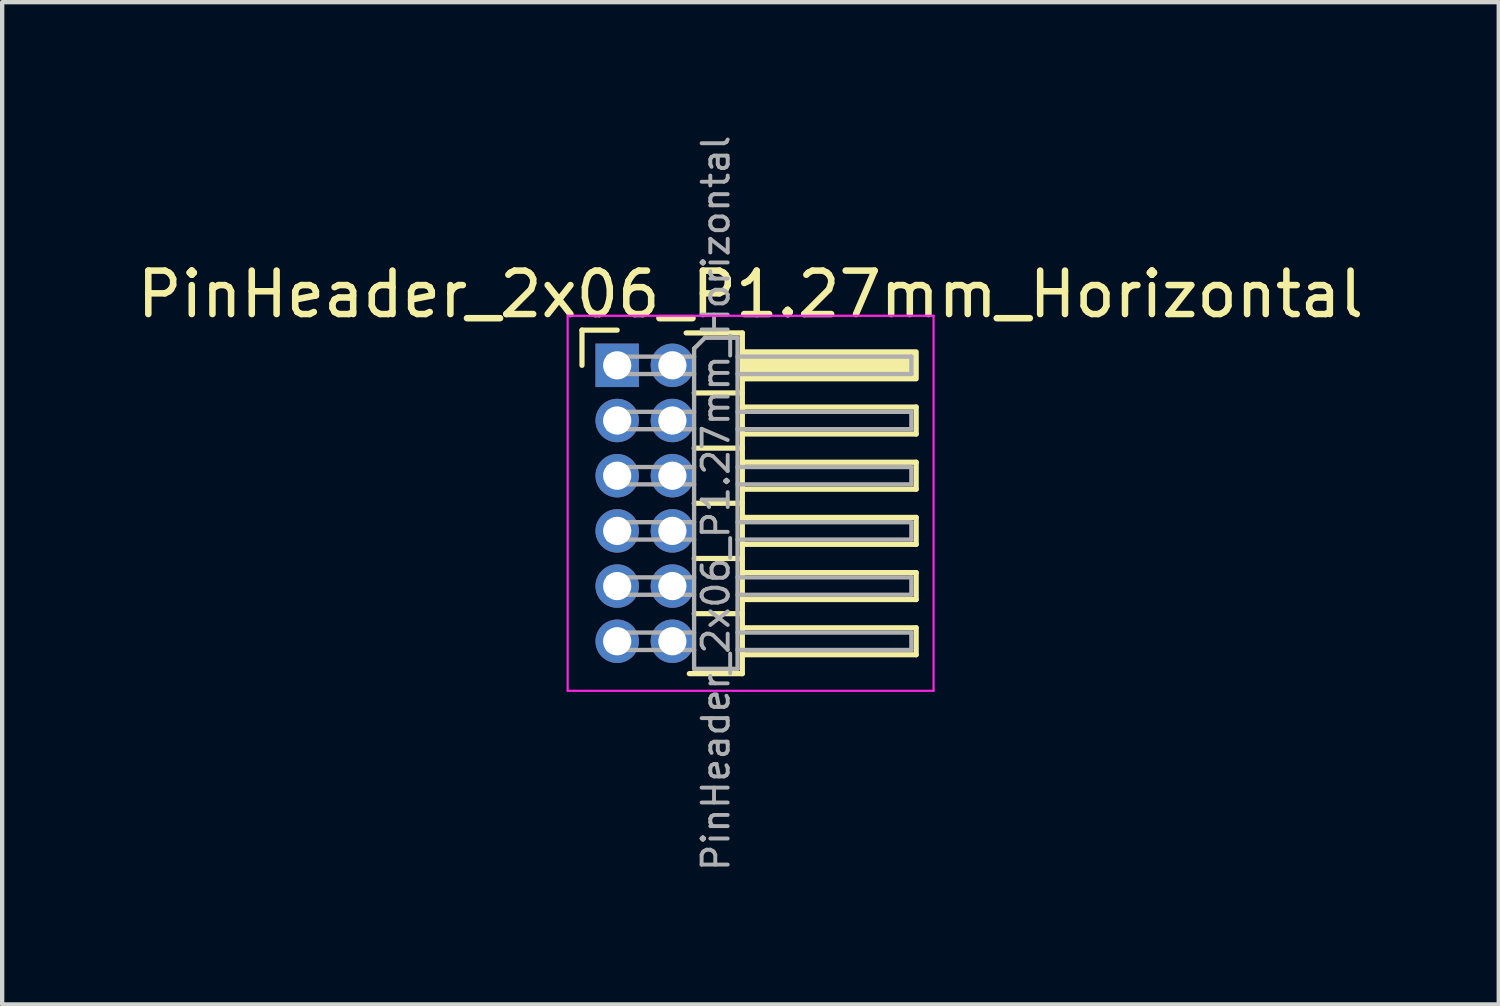
<source format=kicad_pcb>
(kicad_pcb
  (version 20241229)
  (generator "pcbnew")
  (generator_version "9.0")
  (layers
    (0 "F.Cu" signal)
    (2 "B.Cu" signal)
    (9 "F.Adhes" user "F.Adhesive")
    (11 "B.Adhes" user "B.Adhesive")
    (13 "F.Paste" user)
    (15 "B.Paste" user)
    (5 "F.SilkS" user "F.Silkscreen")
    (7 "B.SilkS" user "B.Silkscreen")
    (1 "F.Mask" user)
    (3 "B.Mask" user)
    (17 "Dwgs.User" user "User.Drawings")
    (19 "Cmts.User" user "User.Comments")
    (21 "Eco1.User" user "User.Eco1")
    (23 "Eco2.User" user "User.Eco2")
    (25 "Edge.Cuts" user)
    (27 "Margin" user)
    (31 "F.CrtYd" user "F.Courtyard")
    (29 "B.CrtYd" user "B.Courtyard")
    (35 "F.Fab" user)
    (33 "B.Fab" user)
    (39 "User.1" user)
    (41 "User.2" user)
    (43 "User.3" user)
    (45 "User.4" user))
  (footprint "PinHeader_2x06_P1.27mm_Horizontal"
    (layer "F.Cu")
    (at 11.153 5.357)
    (property "Reference" "PinHeader_2x06_P1.27mm_Horizontal" (at 3.067 -1.635 0) (layer "F.SilkS") (effects (font (size 1 1) (thickness 0.15))))
    (attr through_hole)
    (fp_line (start -0.81 -0.81) (end 0 -0.81) (stroke (width 0.12) (type solid)) (layer "F.SilkS"))
    (fp_line (start -0.81 0) (end -0.81 -0.81) (stroke (width 0.12) (type solid)) (layer "F.SilkS"))
    (fp_line (start 1.588 -0.745) (end 2.88 -0.745) (stroke (width 0.12) (type solid)) (layer "F.SilkS"))
    (fp_line (start 1.773 0.635) (end 2.88 0.635) (stroke (width 0.12) (type solid)) (layer "F.SilkS"))
    (fp_line (start 1.773 1.905) (end 2.88 1.905) (stroke (width 0.12) (type solid)) (layer "F.SilkS"))
    (fp_line (start 1.773 3.175) (end 2.88 3.175) (stroke (width 0.12) (type solid)) (layer "F.SilkS"))
    (fp_line (start 1.773 4.445) (end 2.88 4.445) (stroke (width 0.12) (type solid)) (layer "F.SilkS"))
    (fp_line (start 1.773 5.715) (end 2.88 5.715) (stroke (width 0.12) (type solid)) (layer "F.SilkS"))
    (fp_line (start 2.88 -0.745) (end 2.88 7.095) (stroke (width 0.12) (type solid)) (layer "F.SilkS"))
    (fp_line (start 2.88 0.96) (end 6.88 0.96) (stroke (width 0.12) (type solid)) (layer "F.SilkS"))
    (fp_line (start 2.88 2.23) (end 6.88 2.23) (stroke (width 0.12) (type solid)) (layer "F.SilkS"))
    (fp_line (start 2.88 3.5) (end 6.88 3.5) (stroke (width 0.12) (type solid)) (layer "F.SilkS"))
    (fp_line (start 2.88 4.77) (end 6.88 4.77) (stroke (width 0.12) (type solid)) (layer "F.SilkS"))
    (fp_line (start 2.88 6.04) (end 6.88 6.04) (stroke (width 0.12) (type solid)) (layer "F.SilkS"))
    (fp_line (start 2.88 7.095) (end 1.66 7.095) (stroke (width 0.12) (type solid)) (layer "F.SilkS"))
    (fp_line (start 6.88 0.96) (end 6.88 1.58) (stroke (width 0.12) (type solid)) (layer "F.SilkS"))
    (fp_line (start 6.88 1.58) (end 2.88 1.58) (stroke (width 0.12) (type solid)) (layer "F.SilkS"))
    (fp_line (start 6.88 2.23) (end 6.88 2.85) (stroke (width 0.12) (type solid)) (layer "F.SilkS"))
    (fp_line (start 6.88 2.85) (end 2.88 2.85) (stroke (width 0.12) (type solid)) (layer "F.SilkS"))
    (fp_line (start 6.88 3.5) (end 6.88 4.12) (stroke (width 0.12) (type solid)) (layer "F.SilkS"))
    (fp_line (start 6.88 4.12) (end 2.88 4.12) (stroke (width 0.12) (type solid)) (layer "F.SilkS"))
    (fp_line (start 6.88 4.77) (end 6.88 5.39) (stroke (width 0.12) (type solid)) (layer "F.SilkS"))
    (fp_line (start 6.88 5.39) (end 2.88 5.39) (stroke (width 0.12) (type solid)) (layer "F.SilkS"))
    (fp_line (start 6.88 6.04) (end 6.88 6.66) (stroke (width 0.12) (type solid)) (layer "F.SilkS"))
    (fp_line (start 6.88 6.66) (end 2.88 6.66) (stroke (width 0.12) (type solid)) (layer "F.SilkS"))
    (fp_rect (start 2.88 -0.31) (end 6.88 0.31) (stroke (width 0.12) (type solid)) (fill yes) (layer "F.SilkS"))
    (fp_line (start -1.14 -1.14) (end -1.14 7.49) (stroke (width 0.05) (type solid)) (layer "F.CrtYd"))
    (fp_line (start -1.14 7.49) (end 7.28 7.49) (stroke (width 0.05) (type solid)) (layer "F.CrtYd"))
    (fp_line (start 7.28 -1.14) (end -1.14 -1.14) (stroke (width 0.05) (type solid)) (layer "F.CrtYd"))
    (fp_line (start 7.28 7.49) (end 7.28 -1.14) (stroke (width 0.05) (type solid)) (layer "F.CrtYd"))
    (fp_line (start -0.2 -0.2) (end -0.2 0.2) (stroke (width 0.1) (type solid)) (layer "F.Fab"))
    (fp_line (start -0.2 -0.2) (end 1.77 -0.2) (stroke (width 0.1) (type solid)) (layer "F.Fab"))
    (fp_line (start -0.2 0.2) (end 1.77 0.2) (stroke (width 0.1) (type solid)) (layer "F.Fab"))
    (fp_line (start -0.2 1.07) (end -0.2 1.47) (stroke (width 0.1) (type solid)) (layer "F.Fab"))
    (fp_line (start -0.2 1.07) (end 1.77 1.07) (stroke (width 0.1) (type solid)) (layer "F.Fab"))
    (fp_line (start -0.2 1.47) (end 1.77 1.47) (stroke (width 0.1) (type solid)) (layer "F.Fab"))
    (fp_line (start -0.2 2.34) (end -0.2 2.74) (stroke (width 0.1) (type solid)) (layer "F.Fab"))
    (fp_line (start -0.2 2.34) (end 1.77 2.34) (stroke (width 0.1) (type solid)) (layer "F.Fab"))
    (fp_line (start -0.2 2.74) (end 1.77 2.74) (stroke (width 0.1) (type solid)) (layer "F.Fab"))
    (fp_line (start -0.2 3.61) (end -0.2 4.01) (stroke (width 0.1) (type solid)) (layer "F.Fab"))
    (fp_line (start -0.2 3.61) (end 1.77 3.61) (stroke (width 0.1) (type solid)) (layer "F.Fab"))
    (fp_line (start -0.2 4.01) (end 1.77 4.01) (stroke (width 0.1) (type solid)) (layer "F.Fab"))
    (fp_line (start -0.2 4.88) (end -0.2 5.28) (stroke (width 0.1) (type solid)) (layer "F.Fab"))
    (fp_line (start -0.2 4.88) (end 1.77 4.88) (stroke (width 0.1) (type solid)) (layer "F.Fab"))
    (fp_line (start -0.2 5.28) (end 1.77 5.28) (stroke (width 0.1) (type solid)) (layer "F.Fab"))
    (fp_line (start -0.2 6.15) (end -0.2 6.55) (stroke (width 0.1) (type solid)) (layer "F.Fab"))
    (fp_line (start -0.2 6.15) (end 1.77 6.15) (stroke (width 0.1) (type solid)) (layer "F.Fab"))
    (fp_line (start -0.2 6.55) (end 1.77 6.55) (stroke (width 0.1) (type solid)) (layer "F.Fab"))
    (fp_line (start 1.77 -0.385) (end 2.02 -0.635) (stroke (width 0.1) (type solid)) (layer "F.Fab"))
    (fp_line (start 1.77 6.985) (end 1.77 -0.385) (stroke (width 0.1) (type solid)) (layer "F.Fab"))
    (fp_line (start 2.02 -0.635) (end 2.77 -0.635) (stroke (width 0.1) (type solid)) (layer "F.Fab"))
    (fp_line (start 2.77 -0.635) (end 2.77 6.985) (stroke (width 0.1) (type solid)) (layer "F.Fab"))
    (fp_line (start 2.77 -0.2) (end 6.77 -0.2) (stroke (width 0.1) (type solid)) (layer "F.Fab"))
    (fp_line (start 2.77 0.2) (end 6.77 0.2) (stroke (width 0.1) (type solid)) (layer "F.Fab"))
    (fp_line (start 2.77 1.07) (end 6.77 1.07) (stroke (width 0.1) (type solid)) (layer "F.Fab"))
    (fp_line (start 2.77 1.47) (end 6.77 1.47) (stroke (width 0.1) (type solid)) (layer "F.Fab"))
    (fp_line (start 2.77 2.34) (end 6.77 2.34) (stroke (width 0.1) (type solid)) (layer "F.Fab"))
    (fp_line (start 2.77 2.74) (end 6.77 2.74) (stroke (width 0.1) (type solid)) (layer "F.Fab"))
    (fp_line (start 2.77 3.61) (end 6.77 3.61) (stroke (width 0.1) (type solid)) (layer "F.Fab"))
    (fp_line (start 2.77 4.01) (end 6.77 4.01) (stroke (width 0.1) (type solid)) (layer "F.Fab"))
    (fp_line (start 2.77 4.88) (end 6.77 4.88) (stroke (width 0.1) (type solid)) (layer "F.Fab"))
    (fp_line (start 2.77 5.28) (end 6.77 5.28) (stroke (width 0.1) (type solid)) (layer "F.Fab"))
    (fp_line (start 2.77 6.15) (end 6.77 6.15) (stroke (width 0.1) (type solid)) (layer "F.Fab"))
    (fp_line (start 2.77 6.55) (end 6.77 6.55) (stroke (width 0.1) (type solid)) (layer "F.Fab"))
    (fp_line (start 2.77 6.985) (end 1.77 6.985) (stroke (width 0.1) (type solid)) (layer "F.Fab"))
    (fp_line (start 6.77 -0.2) (end 6.77 0.2) (stroke (width 0.1) (type solid)) (layer "F.Fab"))
    (fp_line (start 6.77 1.07) (end 6.77 1.47) (stroke (width 0.1) (type solid)) (layer "F.Fab"))
    (fp_line (start 6.77 2.34) (end 6.77 2.74) (stroke (width 0.1) (type solid)) (layer "F.Fab"))
    (fp_line (start 6.77 3.61) (end 6.77 4.01) (stroke (width 0.1) (type solid)) (layer "F.Fab"))
    (fp_line (start 6.77 4.88) (end 6.77 5.28) (stroke (width 0.1) (type solid)) (layer "F.Fab"))
    (fp_line (start 6.77 6.15) (end 6.77 6.55) (stroke (width 0.1) (type solid)) (layer "F.Fab"))
    (fp_text user "${REFERENCE}" (at 2.27 3.175 90) (layer "F.Fab") (effects (font (size 0.6 0.6) (thickness 0.09))))
    (pad "1" thru_hole rect (at 0 0) (size 1 1) (drill 0.65) (layers "*.Cu" "*.Mask"))
    (pad "2" thru_hole circle (at 1.27 0) (size 1 1) (drill 0.65) (layers "*.Cu" "*.Mask"))
    (pad "3" thru_hole circle (at 0 1.27) (size 1 1) (drill 0.65) (layers "*.Cu" "*.Mask"))
    (pad "4" thru_hole circle (at 1.27 1.27) (size 1 1) (drill 0.65) (layers "*.Cu" "*.Mask"))
    (pad "5" thru_hole circle (at 0 2.54) (size 1 1) (drill 0.65) (layers "*.Cu" "*.Mask"))
    (pad "6" thru_hole circle (at 1.27 2.54) (size 1 1) (drill 0.65) (layers "*.Cu" "*.Mask"))
    (pad "7" thru_hole circle (at 0 3.81) (size 1 1) (drill 0.65) (layers "*.Cu" "*.Mask"))
    (pad "8" thru_hole circle (at 1.27 3.81) (size 1 1) (drill 0.65) (layers "*.Cu" "*.Mask"))
    (pad "9" thru_hole circle (at 0 5.08) (size 1 1) (drill 0.65) (layers "*.Cu" "*.Mask"))
    (pad "10" thru_hole circle (at 1.27 5.08) (size 1 1) (drill 0.65) (layers "*.Cu" "*.Mask"))
    (pad "11" thru_hole circle (at 0 6.35) (size 1 1) (drill 0.65) (layers "*.Cu" "*.Mask"))
    (pad "12" thru_hole circle (at 1.27 6.35) (size 1 1) (drill 0.65) (layers "*.Cu" "*.Mask")))
  (gr_rect
    (start -3 -3)
    (end 31.44 20.064)
    (stroke (width 0.1) (type default))
    (fill no)
    (layer "Edge.Cuts")))
</source>
